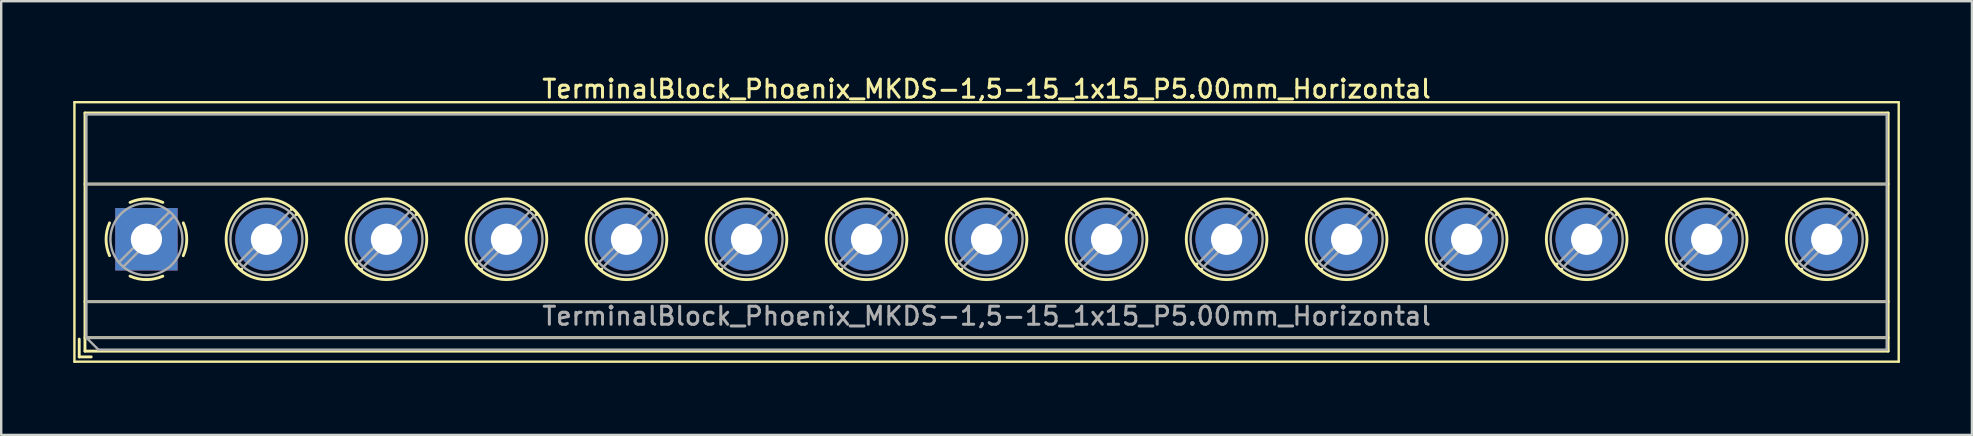
<source format=kicad_pcb>
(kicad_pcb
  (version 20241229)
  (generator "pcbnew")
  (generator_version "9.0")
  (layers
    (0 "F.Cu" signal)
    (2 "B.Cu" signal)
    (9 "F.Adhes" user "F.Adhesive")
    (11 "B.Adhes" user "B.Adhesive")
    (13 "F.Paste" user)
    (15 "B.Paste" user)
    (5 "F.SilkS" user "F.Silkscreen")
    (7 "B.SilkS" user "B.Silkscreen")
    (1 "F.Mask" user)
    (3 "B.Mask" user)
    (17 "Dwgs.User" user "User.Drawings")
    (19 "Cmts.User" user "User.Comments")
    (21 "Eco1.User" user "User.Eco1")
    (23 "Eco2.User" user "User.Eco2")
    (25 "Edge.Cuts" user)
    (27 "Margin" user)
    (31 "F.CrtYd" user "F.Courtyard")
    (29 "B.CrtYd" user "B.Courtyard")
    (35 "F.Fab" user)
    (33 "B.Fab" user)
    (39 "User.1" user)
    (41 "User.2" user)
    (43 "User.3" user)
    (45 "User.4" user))
  (footprint "TerminalBlock_Phoenix_MKDS-1,5-15_1x15_P5.00mm_Horizontal"
    (layer "F.Cu")
    (at 3.05 6.918)
    (property "Reference" "TerminalBlock_Phoenix_MKDS-1,5-15_1x15_P5.00mm_Horizontal" (at 35 -6.26 0) (layer "F.SilkS") (effects (font (size 0.75 0.75) (thickness 0.125))))
    (attr through_hole)
    (fp_line (start -3 -5.71) (end -3 5.1) (stroke (width 0.1) (type solid)) (layer "F.SilkS"))
    (fp_line (start -3 5.1) (end 73 5.1) (stroke (width 0.1) (type solid)) (layer "F.SilkS"))
    (fp_line (start -2.8 4.16) (end -2.8 4.9) (stroke (width 0.12) (type solid)) (layer "F.SilkS"))
    (fp_line (start -2.8 4.9) (end -2.3 4.9) (stroke (width 0.12) (type solid)) (layer "F.SilkS"))
    (fp_line (start -2.56 -5.261) (end -2.56 4.66) (stroke (width 0.12) (type solid)) (layer "F.SilkS"))
    (fp_line (start -2.56 -5.261) (end 72.56 -5.261) (stroke (width 0.12) (type solid)) (layer "F.SilkS"))
    (fp_line (start -2.56 -2.301) (end 72.56 -2.301) (stroke (width 0.12) (type solid)) (layer "F.SilkS"))
    (fp_line (start -2.56 2.6) (end 72.56 2.6) (stroke (width 0.12) (type solid)) (layer "F.SilkS"))
    (fp_line (start -2.56 4.1) (end 72.56 4.1) (stroke (width 0.12) (type solid)) (layer "F.SilkS"))
    (fp_line (start -2.56 4.66) (end 72.56 4.66) (stroke (width 0.12) (type solid)) (layer "F.SilkS"))
    (fp_line (start 3.773 1.023) (end 3.726 1.069) (stroke (width 0.12) (type solid)) (layer "F.SilkS"))
    (fp_line (start 3.966 1.239) (end 3.931 1.274) (stroke (width 0.12) (type solid)) (layer "F.SilkS"))
    (fp_line (start 6.07 -1.275) (end 6.035 -1.239) (stroke (width 0.12) (type solid)) (layer "F.SilkS"))
    (fp_line (start 6.275 -1.069) (end 6.228 -1.023) (stroke (width 0.12) (type solid)) (layer "F.SilkS"))
    (fp_line (start 8.773 1.023) (end 8.726 1.069) (stroke (width 0.12) (type solid)) (layer "F.SilkS"))
    (fp_line (start 8.966 1.239) (end 8.931 1.274) (stroke (width 0.12) (type solid)) (layer "F.SilkS"))
    (fp_line (start 11.07 -1.275) (end 11.035 -1.239) (stroke (width 0.12) (type solid)) (layer "F.SilkS"))
    (fp_line (start 11.275 -1.069) (end 11.228 -1.023) (stroke (width 0.12) (type solid)) (layer "F.SilkS"))
    (fp_line (start 13.773 1.023) (end 13.726 1.069) (stroke (width 0.12) (type solid)) (layer "F.SilkS"))
    (fp_line (start 13.966 1.239) (end 13.931 1.274) (stroke (width 0.12) (type solid)) (layer "F.SilkS"))
    (fp_line (start 16.07 -1.275) (end 16.035 -1.239) (stroke (width 0.12) (type solid)) (layer "F.SilkS"))
    (fp_line (start 16.275 -1.069) (end 16.228 -1.023) (stroke (width 0.12) (type solid)) (layer "F.SilkS"))
    (fp_line (start 18.773 1.023) (end 18.726 1.069) (stroke (width 0.12) (type solid)) (layer "F.SilkS"))
    (fp_line (start 18.966 1.239) (end 18.931 1.274) (stroke (width 0.12) (type solid)) (layer "F.SilkS"))
    (fp_line (start 21.07 -1.275) (end 21.035 -1.239) (stroke (width 0.12) (type solid)) (layer "F.SilkS"))
    (fp_line (start 21.275 -1.069) (end 21.228 -1.023) (stroke (width 0.12) (type solid)) (layer "F.SilkS"))
    (fp_line (start 23.773 1.023) (end 23.726 1.069) (stroke (width 0.12) (type solid)) (layer "F.SilkS"))
    (fp_line (start 23.966 1.239) (end 23.931 1.274) (stroke (width 0.12) (type solid)) (layer "F.SilkS"))
    (fp_line (start 26.07 -1.275) (end 26.035 -1.239) (stroke (width 0.12) (type solid)) (layer "F.SilkS"))
    (fp_line (start 26.275 -1.069) (end 26.228 -1.023) (stroke (width 0.12) (type solid)) (layer "F.SilkS"))
    (fp_line (start 28.773 1.023) (end 28.726 1.069) (stroke (width 0.12) (type solid)) (layer "F.SilkS"))
    (fp_line (start 28.966 1.239) (end 28.931 1.274) (stroke (width 0.12) (type solid)) (layer "F.SilkS"))
    (fp_line (start 31.07 -1.275) (end 31.035 -1.239) (stroke (width 0.12) (type solid)) (layer "F.SilkS"))
    (fp_line (start 31.275 -1.069) (end 31.228 -1.023) (stroke (width 0.12) (type solid)) (layer "F.SilkS"))
    (fp_line (start 33.773 1.023) (end 33.726 1.069) (stroke (width 0.12) (type solid)) (layer "F.SilkS"))
    (fp_line (start 33.966 1.239) (end 33.931 1.274) (stroke (width 0.12) (type solid)) (layer "F.SilkS"))
    (fp_line (start 36.07 -1.275) (end 36.035 -1.239) (stroke (width 0.12) (type solid)) (layer "F.SilkS"))
    (fp_line (start 36.275 -1.069) (end 36.228 -1.023) (stroke (width 0.12) (type solid)) (layer "F.SilkS"))
    (fp_line (start 38.773 1.023) (end 38.726 1.069) (stroke (width 0.12) (type solid)) (layer "F.SilkS"))
    (fp_line (start 38.966 1.239) (end 38.931 1.274) (stroke (width 0.12) (type solid)) (layer "F.SilkS"))
    (fp_line (start 41.07 -1.275) (end 41.035 -1.239) (stroke (width 0.12) (type solid)) (layer "F.SilkS"))
    (fp_line (start 41.275 -1.069) (end 41.228 -1.023) (stroke (width 0.12) (type solid)) (layer "F.SilkS"))
    (fp_line (start 43.773 1.023) (end 43.726 1.069) (stroke (width 0.12) (type solid)) (layer "F.SilkS"))
    (fp_line (start 43.966 1.239) (end 43.931 1.274) (stroke (width 0.12) (type solid)) (layer "F.SilkS"))
    (fp_line (start 46.07 -1.275) (end 46.035 -1.239) (stroke (width 0.12) (type solid)) (layer "F.SilkS"))
    (fp_line (start 46.275 -1.069) (end 46.228 -1.023) (stroke (width 0.12) (type solid)) (layer "F.SilkS"))
    (fp_line (start 48.773 1.023) (end 48.726 1.069) (stroke (width 0.12) (type solid)) (layer "F.SilkS"))
    (fp_line (start 48.966 1.239) (end 48.931 1.274) (stroke (width 0.12) (type solid)) (layer "F.SilkS"))
    (fp_line (start 51.07 -1.275) (end 51.035 -1.239) (stroke (width 0.12) (type solid)) (layer "F.SilkS"))
    (fp_line (start 51.275 -1.069) (end 51.228 -1.023) (stroke (width 0.12) (type solid)) (layer "F.SilkS"))
    (fp_line (start 53.773 1.023) (end 53.726 1.069) (stroke (width 0.12) (type solid)) (layer "F.SilkS"))
    (fp_line (start 53.966 1.239) (end 53.931 1.274) (stroke (width 0.12) (type solid)) (layer "F.SilkS"))
    (fp_line (start 56.07 -1.275) (end 56.035 -1.239) (stroke (width 0.12) (type solid)) (layer "F.SilkS"))
    (fp_line (start 56.275 -1.069) (end 56.228 -1.023) (stroke (width 0.12) (type solid)) (layer "F.SilkS"))
    (fp_line (start 58.773 1.023) (end 58.726 1.069) (stroke (width 0.12) (type solid)) (layer "F.SilkS"))
    (fp_line (start 58.966 1.239) (end 58.931 1.274) (stroke (width 0.12) (type solid)) (layer "F.SilkS"))
    (fp_line (start 61.07 -1.275) (end 61.035 -1.239) (stroke (width 0.12) (type solid)) (layer "F.SilkS"))
    (fp_line (start 61.275 -1.069) (end 61.228 -1.023) (stroke (width 0.12) (type solid)) (layer "F.SilkS"))
    (fp_line (start 63.773 1.023) (end 63.726 1.069) (stroke (width 0.12) (type solid)) (layer "F.SilkS"))
    (fp_line (start 63.966 1.239) (end 63.931 1.274) (stroke (width 0.12) (type solid)) (layer "F.SilkS"))
    (fp_line (start 66.07 -1.275) (end 66.035 -1.239) (stroke (width 0.12) (type solid)) (layer "F.SilkS"))
    (fp_line (start 66.275 -1.069) (end 66.228 -1.023) (stroke (width 0.12) (type solid)) (layer "F.SilkS"))
    (fp_line (start 68.773 1.023) (end 68.726 1.069) (stroke (width 0.12) (type solid)) (layer "F.SilkS"))
    (fp_line (start 68.966 1.239) (end 68.931 1.274) (stroke (width 0.12) (type solid)) (layer "F.SilkS"))
    (fp_line (start 71.07 -1.275) (end 71.035 -1.239) (stroke (width 0.12) (type solid)) (layer "F.SilkS"))
    (fp_line (start 71.275 -1.069) (end 71.228 -1.023) (stroke (width 0.12) (type solid)) (layer "F.SilkS"))
    (fp_line (start 72.56 -5.261) (end 72.56 4.66) (stroke (width 0.12) (type solid)) (layer "F.SilkS"))
    (fp_line (start 73 -5.71) (end -3 -5.71) (stroke (width 0.1) (type solid)) (layer "F.SilkS"))
    (fp_line (start 73 5.1) (end 73 -5.71) (stroke (width 0.1) (type solid)) (layer "F.SilkS"))
    (fp_arc (start -1.535427 0.683042) (mid -1.680501 -0.000524) (end -1.535 -0.684) (stroke (width 0.12) (type solid)) (layer "F.SilkS"))
    (fp_arc (start -0.683042 -1.535427) (mid 0.000524 -1.680501) (end 0.684 -1.535) (stroke (width 0.12) (type solid)) (layer "F.SilkS"))
    (fp_arc (start 0.028805 1.680253) (mid -0.335551 1.646659) (end -0.684 1.535) (stroke (width 0.12) (type solid)) (layer "F.SilkS"))
    (fp_arc (start 0.683318 1.534756) (mid 0.349292 1.643288) (end 0 1.68) (stroke (width 0.12) (type solid)) (layer "F.SilkS"))
    (fp_arc (start 1.535427 -0.683042) (mid 1.680501 0.000524) (end 1.535 0.684) (stroke (width 0.12) (type solid)) (layer "F.SilkS"))
    (fp_circle (center 5 0) (end 6.68 0) (stroke (width 0.12) (type solid)) (fill no) (layer "F.SilkS"))
    (fp_circle (center 10 0) (end 11.68 0) (stroke (width 0.12) (type solid)) (fill no) (layer "F.SilkS"))
    (fp_circle (center 15 0) (end 16.68 0) (stroke (width 0.12) (type solid)) (fill no) (layer "F.SilkS"))
    (fp_circle (center 20 0) (end 21.68 0) (stroke (width 0.12) (type solid)) (fill no) (layer "F.SilkS"))
    (fp_circle (center 25 0) (end 26.68 0) (stroke (width 0.12) (type solid)) (fill no) (layer "F.SilkS"))
    (fp_circle (center 30 0) (end 31.68 0) (stroke (width 0.12) (type solid)) (fill no) (layer "F.SilkS"))
    (fp_circle (center 35 0) (end 36.68 0) (stroke (width 0.12) (type solid)) (fill no) (layer "F.SilkS"))
    (fp_circle (center 40 0) (end 41.68 0) (stroke (width 0.12) (type solid)) (fill no) (layer "F.SilkS"))
    (fp_circle (center 45 0) (end 46.68 0) (stroke (width 0.12) (type solid)) (fill no) (layer "F.SilkS"))
    (fp_circle (center 50 0) (end 51.68 0) (stroke (width 0.12) (type solid)) (fill no) (layer "F.SilkS"))
    (fp_circle (center 55 0) (end 56.68 0) (stroke (width 0.12) (type solid)) (fill no) (layer "F.SilkS"))
    (fp_circle (center 60 0) (end 61.68 0) (stroke (width 0.12) (type solid)) (fill no) (layer "F.SilkS"))
    (fp_circle (center 65 0) (end 66.68 0) (stroke (width 0.12) (type solid)) (fill no) (layer "F.SilkS"))
    (fp_circle (center 70 0) (end 71.68 0) (stroke (width 0.12) (type solid)) (fill no) (layer "F.SilkS"))
    (fp_line (start -2.5 -5.2) (end 72.5 -5.2) (stroke (width 0.1) (type solid)) (layer "F.Fab"))
    (fp_line (start -2.5 -2.3) (end 72.5 -2.3) (stroke (width 0.1) (type solid)) (layer "F.Fab"))
    (fp_line (start -2.5 2.6) (end 72.5 2.6) (stroke (width 0.1) (type solid)) (layer "F.Fab"))
    (fp_line (start -2.5 4.1) (end -2.5 -5.2) (stroke (width 0.1) (type solid)) (layer "F.Fab"))
    (fp_line (start -2.5 4.1) (end 72.5 4.1) (stroke (width 0.1) (type solid)) (layer "F.Fab"))
    (fp_line (start -2 4.6) (end -2.5 4.1) (stroke (width 0.1) (type solid)) (layer "F.Fab"))
    (fp_line (start 0.955 -1.138) (end -1.138 0.955) (stroke (width 0.1) (type solid)) (layer "F.Fab"))
    (fp_line (start 1.138 -0.955) (end -0.955 1.138) (stroke (width 0.1) (type solid)) (layer "F.Fab"))
    (fp_line (start 5.955 -1.138) (end 3.863 0.955) (stroke (width 0.1) (type solid)) (layer "F.Fab"))
    (fp_line (start 6.138 -0.955) (end 4.046 1.138) (stroke (width 0.1) (type solid)) (layer "F.Fab"))
    (fp_line (start 10.955 -1.138) (end 8.863 0.955) (stroke (width 0.1) (type solid)) (layer "F.Fab"))
    (fp_line (start 11.138 -0.955) (end 9.046 1.138) (stroke (width 0.1) (type solid)) (layer "F.Fab"))
    (fp_line (start 15.955 -1.138) (end 13.863 0.955) (stroke (width 0.1) (type solid)) (layer "F.Fab"))
    (fp_line (start 16.138 -0.955) (end 14.046 1.138) (stroke (width 0.1) (type solid)) (layer "F.Fab"))
    (fp_line (start 20.955 -1.138) (end 18.863 0.955) (stroke (width 0.1) (type solid)) (layer "F.Fab"))
    (fp_line (start 21.138 -0.955) (end 19.046 1.138) (stroke (width 0.1) (type solid)) (layer "F.Fab"))
    (fp_line (start 25.955 -1.138) (end 23.863 0.955) (stroke (width 0.1) (type solid)) (layer "F.Fab"))
    (fp_line (start 26.138 -0.955) (end 24.046 1.138) (stroke (width 0.1) (type solid)) (layer "F.Fab"))
    (fp_line (start 30.955 -1.138) (end 28.863 0.955) (stroke (width 0.1) (type solid)) (layer "F.Fab"))
    (fp_line (start 31.138 -0.955) (end 29.046 1.138) (stroke (width 0.1) (type solid)) (layer "F.Fab"))
    (fp_line (start 35.955 -1.138) (end 33.863 0.955) (stroke (width 0.1) (type solid)) (layer "F.Fab"))
    (fp_line (start 36.138 -0.955) (end 34.046 1.138) (stroke (width 0.1) (type solid)) (layer "F.Fab"))
    (fp_line (start 40.955 -1.138) (end 38.863 0.955) (stroke (width 0.1) (type solid)) (layer "F.Fab"))
    (fp_line (start 41.138 -0.955) (end 39.046 1.138) (stroke (width 0.1) (type solid)) (layer "F.Fab"))
    (fp_line (start 45.955 -1.138) (end 43.863 0.955) (stroke (width 0.1) (type solid)) (layer "F.Fab"))
    (fp_line (start 46.138 -0.955) (end 44.046 1.138) (stroke (width 0.1) (type solid)) (layer "F.Fab"))
    (fp_line (start 50.955 -1.138) (end 48.863 0.955) (stroke (width 0.1) (type solid)) (layer "F.Fab"))
    (fp_line (start 51.138 -0.955) (end 49.046 1.138) (stroke (width 0.1) (type solid)) (layer "F.Fab"))
    (fp_line (start 55.955 -1.138) (end 53.863 0.955) (stroke (width 0.1) (type solid)) (layer "F.Fab"))
    (fp_line (start 56.138 -0.955) (end 54.046 1.138) (stroke (width 0.1) (type solid)) (layer "F.Fab"))
    (fp_line (start 60.955 -1.138) (end 58.863 0.955) (stroke (width 0.1) (type solid)) (layer "F.Fab"))
    (fp_line (start 61.138 -0.955) (end 59.046 1.138) (stroke (width 0.1) (type solid)) (layer "F.Fab"))
    (fp_line (start 65.955 -1.138) (end 63.863 0.955) (stroke (width 0.1) (type solid)) (layer "F.Fab"))
    (fp_line (start 66.138 -0.955) (end 64.046 1.138) (stroke (width 0.1) (type solid)) (layer "F.Fab"))
    (fp_line (start 70.955 -1.138) (end 68.863 0.955) (stroke (width 0.1) (type solid)) (layer "F.Fab"))
    (fp_line (start 71.138 -0.955) (end 69.046 1.138) (stroke (width 0.1) (type solid)) (layer "F.Fab"))
    (fp_line (start 72.5 -5.2) (end 72.5 4.6) (stroke (width 0.1) (type solid)) (layer "F.Fab"))
    (fp_line (start 72.5 4.6) (end -2 4.6) (stroke (width 0.1) (type solid)) (layer "F.Fab"))
    (fp_circle (center 0 0) (end 1.5 0) (stroke (width 0.1) (type solid)) (fill no) (layer "F.Fab"))
    (fp_circle (center 5 0) (end 6.5 0) (stroke (width 0.1) (type solid)) (fill no) (layer "F.Fab"))
    (fp_circle (center 10 0) (end 11.5 0) (stroke (width 0.1) (type solid)) (fill no) (layer "F.Fab"))
    (fp_circle (center 15 0) (end 16.5 0) (stroke (width 0.1) (type solid)) (fill no) (layer "F.Fab"))
    (fp_circle (center 20 0) (end 21.5 0) (stroke (width 0.1) (type solid)) (fill no) (layer "F.Fab"))
    (fp_circle (center 25 0) (end 26.5 0) (stroke (width 0.1) (type solid)) (fill no) (layer "F.Fab"))
    (fp_circle (center 30 0) (end 31.5 0) (stroke (width 0.1) (type solid)) (fill no) (layer "F.Fab"))
    (fp_circle (center 35 0) (end 36.5 0) (stroke (width 0.1) (type solid)) (fill no) (layer "F.Fab"))
    (fp_circle (center 40 0) (end 41.5 0) (stroke (width 0.1) (type solid)) (fill no) (layer "F.Fab"))
    (fp_circle (center 45 0) (end 46.5 0) (stroke (width 0.1) (type solid)) (fill no) (layer "F.Fab"))
    (fp_circle (center 50 0) (end 51.5 0) (stroke (width 0.1) (type solid)) (fill no) (layer "F.Fab"))
    (fp_circle (center 55 0) (end 56.5 0) (stroke (width 0.1) (type solid)) (fill no) (layer "F.Fab"))
    (fp_circle (center 60 0) (end 61.5 0) (stroke (width 0.1) (type solid)) (fill no) (layer "F.Fab"))
    (fp_circle (center 65 0) (end 66.5 0) (stroke (width 0.1) (type solid)) (fill no) (layer "F.Fab"))
    (fp_circle (center 70 0) (end 71.5 0) (stroke (width 0.1) (type solid)) (fill no) (layer "F.Fab"))
    (fp_text user "${REFERENCE}" (at 35 3.2 0) (layer "F.Fab") (effects (font (size 0.75 0.75) (thickness 0.125))))
    (pad "1" thru_hole rect (at 0 0) (size 2.6 2.6) (drill 1.3) (layers "*.Cu" "*.Mask"))
    (pad "2" thru_hole circle (at 5 0) (size 2.6 2.6) (drill 1.3) (layers "*.Cu" "*.Mask"))
    (pad "3" thru_hole circle (at 10 0) (size 2.6 2.6) (drill 1.3) (layers "*.Cu" "*.Mask"))
    (pad "4" thru_hole circle (at 15 0) (size 2.6 2.6) (drill 1.3) (layers "*.Cu" "*.Mask"))
    (pad "5" thru_hole circle (at 20 0) (size 2.6 2.6) (drill 1.3) (layers "*.Cu" "*.Mask"))
    (pad "6" thru_hole circle (at 25 0) (size 2.6 2.6) (drill 1.3) (layers "*.Cu" "*.Mask"))
    (pad "7" thru_hole circle (at 30 0) (size 2.6 2.6) (drill 1.3) (layers "*.Cu" "*.Mask"))
    (pad "8" thru_hole circle (at 35 0) (size 2.6 2.6) (drill 1.3) (layers "*.Cu" "*.Mask"))
    (pad "9" thru_hole circle (at 40 0) (size 2.6 2.6) (drill 1.3) (layers "*.Cu" "*.Mask"))
    (pad "10" thru_hole circle (at 45 0) (size 2.6 2.6) (drill 1.3) (layers "*.Cu" "*.Mask"))
    (pad "11" thru_hole circle (at 50 0) (size 2.6 2.6) (drill 1.3) (layers "*.Cu" "*.Mask"))
    (pad "12" thru_hole circle (at 55 0) (size 2.6 2.6) (drill 1.3) (layers "*.Cu" "*.Mask"))
    (pad "13" thru_hole circle (at 60 0) (size 2.6 2.6) (drill 1.3) (layers "*.Cu" "*.Mask"))
    (pad "14" thru_hole circle (at 65 0) (size 2.6 2.6) (drill 1.3) (layers "*.Cu" "*.Mask"))
    (pad "15" thru_hole circle (at 70 0) (size 2.6 2.6) (drill 1.3) (layers "*.Cu" "*.Mask")))
  (gr_rect
    (start -3 -3)
    (end 79.1 15.068)
    (stroke (width 0.1) (type default))
    (fill no)
    (layer "Edge.Cuts")))
</source>
